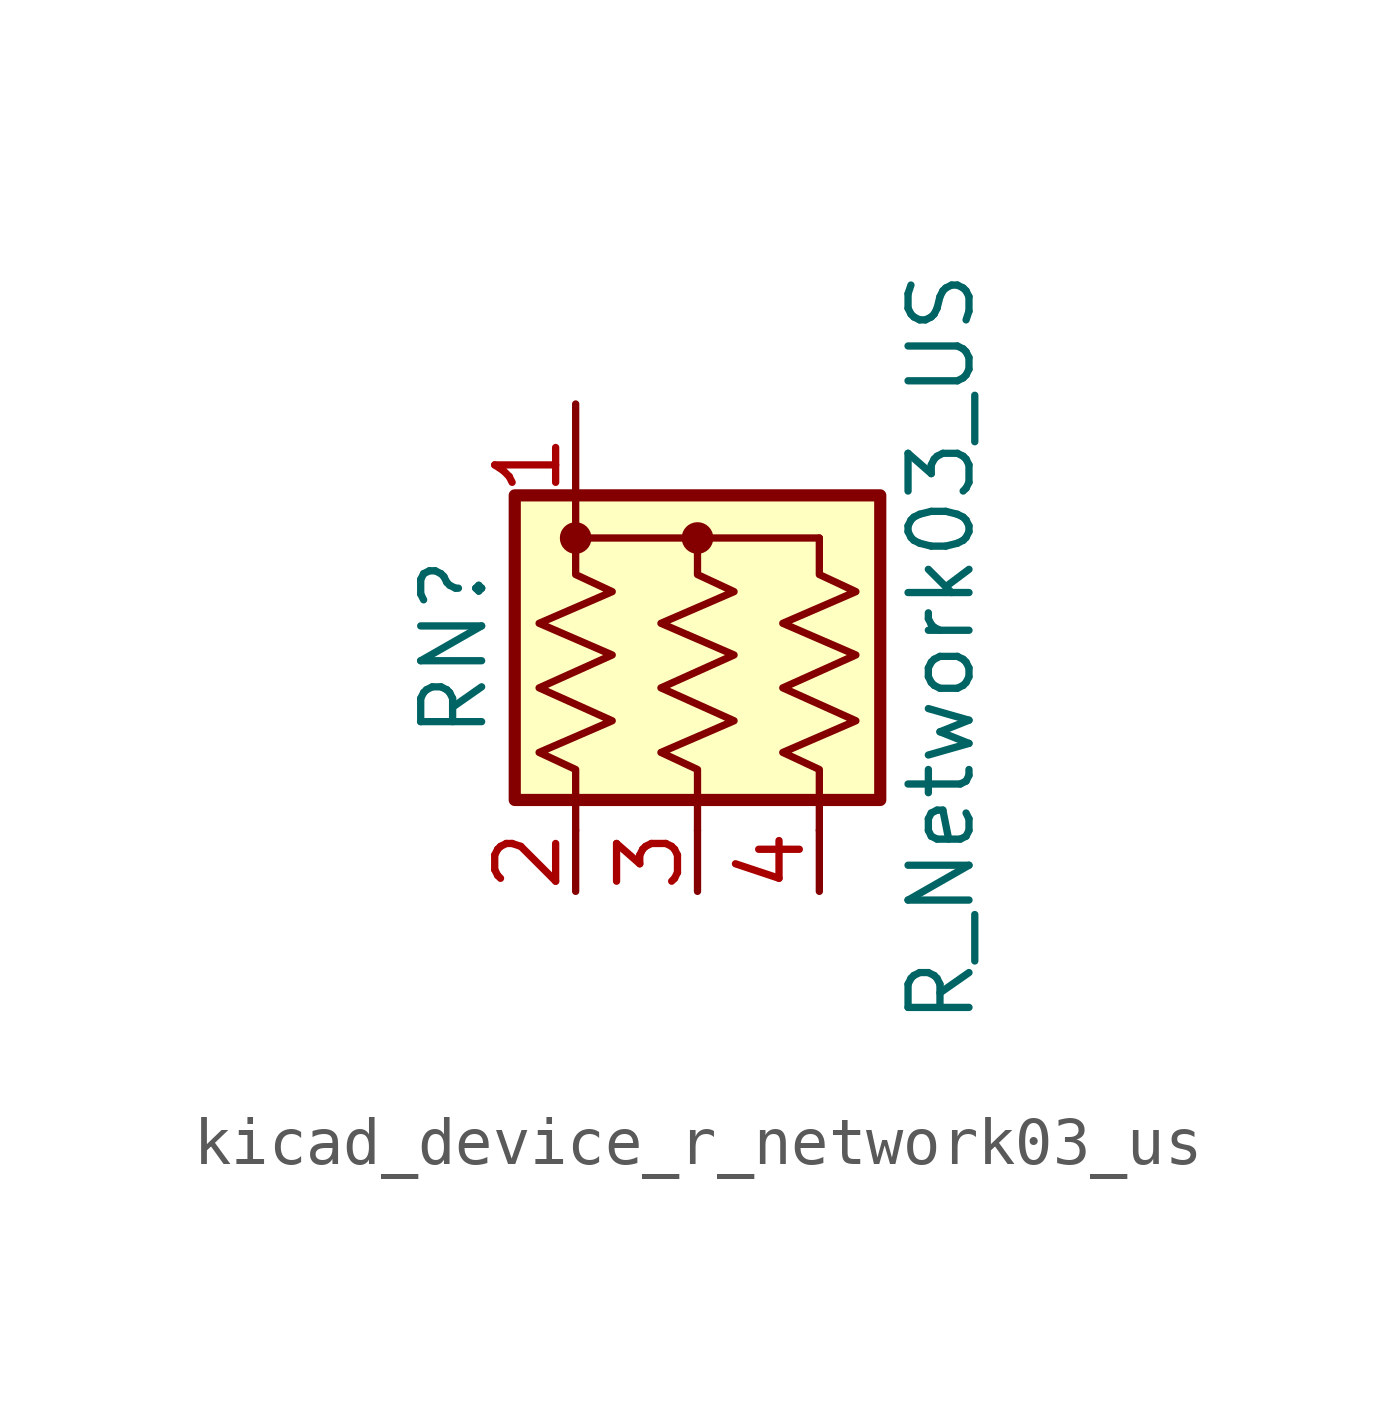
<source format=kicad_sym>
(kicad_symbol_lib
  (version 20220914)
  (generator kicad_symbol_editor)
  (symbol "kicad_device_r_network03_us"
    (pin_names
      (offset 0) hide)
    (property "Reference" "RN"
      (at -5.08 0 90)
      (effects (font (size 1.27 1.27))))
    (property "Value" "R_Network03_US"
      (at 5.08 0 90)
      (effects (font (size 1.27 1.27))))
    (symbol "kicad_device_r_network03_us_0_1"
      (rectangle (start -3.81 -3.175) (end 3.81 3.175) (stroke (width 0.254) (type default)) (fill (type background)))
      (circle (center -2.54 2.286) (radius 0.254) (stroke (width 0) (type default)) (fill (type outline)))
      (polyline (pts (xy -2.54 2.286) (xy 2.54 2.286)) (stroke (width 0) (type default)) (fill (type none)))
      (polyline (pts (xy -2.54 2.286) (xy -2.54 1.524) (xy -1.778 1.168) (xy -3.302 0.508) (xy -1.778 -0.152) (xy -3.302 -0.838) (xy -1.778 -1.524) (xy -3.302 -2.184) (xy -2.54 -2.54) (xy -2.54 -3.81)) (stroke (width 0) (type default)) (fill (type none)))
      (polyline (pts (xy 0 2.286) (xy 0 1.524) (xy 0.762 1.168) (xy -0.762 0.508) (xy 0.762 -0.152) (xy -0.762 -0.838) (xy 0.762 -1.524) (xy -0.762 -2.184) (xy 0 -2.54) (xy 0 -3.81)) (stroke (width 0) (type default)) (fill (type none)))
      (polyline (pts (xy 2.54 2.286) (xy 2.54 1.524) (xy 3.302 1.168) (xy 1.778 0.508) (xy 3.302 -0.152) (xy 1.778 -0.838) (xy 3.302 -1.524) (xy 1.778 -2.184) (xy 2.54 -2.54) (xy 2.54 -3.81)) (stroke (width 0) (type default)) (fill (type none)))
      (circle (center 0 2.286) (radius 0.254) (stroke (width 0) (type default)) (fill (type outline))))
    (symbol "kicad_device_r_network03_us_1_1"
      (pin passive line (at -2.54 5.08 270) (length 2.54) (name "common" (effects (font (size 1.27 1.27)))) (number "1" (effects (font (size 1.27 1.27)))))
      (pin passive line (at -2.54 -5.08 90) (length 1.27) (name "R1" (effects (font (size 1.27 1.27)))) (number "2" (effects (font (size 1.27 1.27)))))
      (pin passive line (at 0 -5.08 90) (length 1.27) (name "R2" (effects (font (size 1.27 1.27)))) (number "3" (effects (font (size 1.27 1.27)))))
      (pin passive line (at 2.54 -5.08 90) (length 1.27) (name "R3" (effects (font (size 1.27 1.27)))) (number "4" (effects (font (size 1.27 1.27))))))))
</source>
